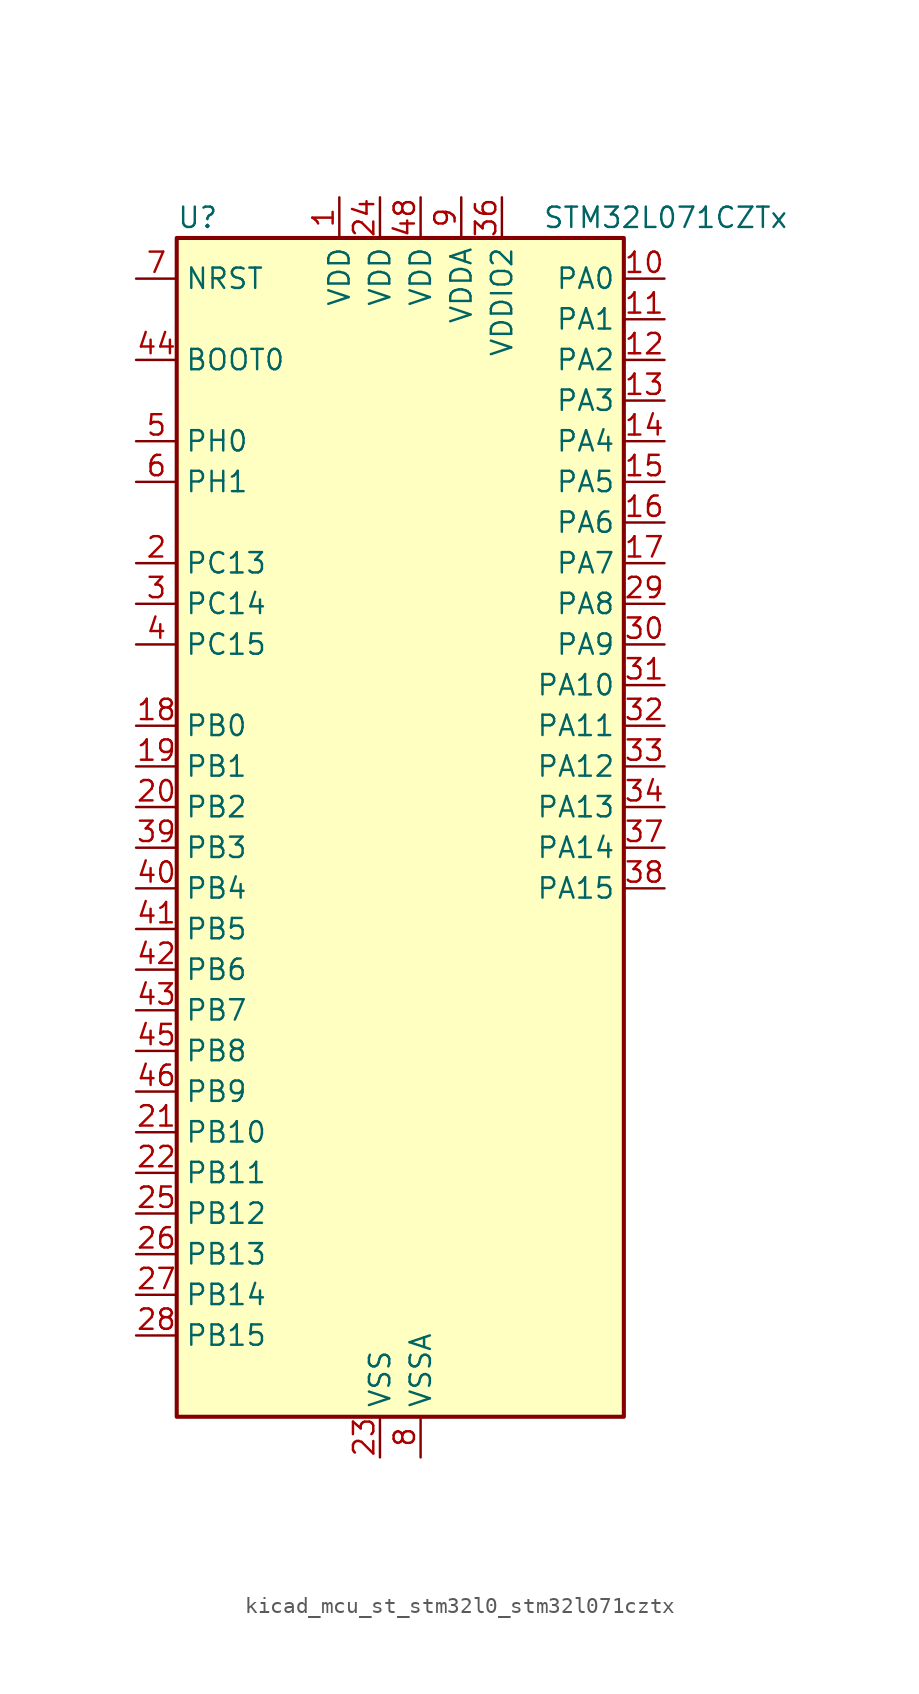
<source format=kicad_sym>
(kicad_symbol_lib
  (version 20220914)
  (generator kicad_symbol_editor)
  (symbol "kicad_mcu_st_stm32l0_stm32l071cztx"
    (property "Reference" "U"
      (at -12.7 39.37 0)
      (effects (font (size 1.27 1.27)) (justify left)))
    (property "Value" "STM32L071CZTx"
      (at 10.16 39.37 0)
      (effects (font (size 1.27 1.27)) (justify left)))
    (property "ki_locked" ""
      (at 0 0 0)
      (effects (font (size 1.27 1.27))))
    (symbol "kicad_mcu_st_stm32l0_stm32l071cztx_0_1"
      (rectangle (start -12.7 -35.56) (end 15.24 38.1) (stroke (width 0.254) (type default)) (fill (type background))))
    (symbol "kicad_mcu_st_stm32l0_stm32l071cztx_1_1"
      (pin power_in line (at -2.54 40.64 270) (length 2.54) (name "VDD" (effects (font (size 1.27 1.27)))) (number "1" (effects (font (size 1.27 1.27)))))
      (pin bidirectional line (at 17.78 35.56 180) (length 2.54) (name "PA0" (effects (font (size 1.27 1.27)))) (number "10" (effects (font (size 1.27 1.27)))) (alternate "ADC_IN0" bidirectional line) (alternate "COMP1_INM" bidirectional line) (alternate "COMP1_OUT" bidirectional line) (alternate "RTC_TAMP2" bidirectional line) (alternate "SYS_WKUP1" bidirectional line) (alternate "TIM2_CH1" bidirectional line) (alternate "TIM2_ETR" bidirectional line) (alternate "USART2_CTS" bidirectional line) (alternate "USART4_TX" bidirectional line))
      (pin bidirectional line (at 17.78 33.02 180) (length 2.54) (name "PA1" (effects (font (size 1.27 1.27)))) (number "11" (effects (font (size 1.27 1.27)))) (alternate "ADC_IN1" bidirectional line) (alternate "COMP1_INP" bidirectional line) (alternate "TIM21_ETR" bidirectional line) (alternate "TIM2_CH2" bidirectional line) (alternate "USART2_DE" bidirectional line) (alternate "USART2_RTS" bidirectional line) (alternate "USART4_RX" bidirectional line))
      (pin bidirectional line (at 17.78 30.48 180) (length 2.54) (name "PA2" (effects (font (size 1.27 1.27)))) (number "12" (effects (font (size 1.27 1.27)))) (alternate "ADC_IN2" bidirectional line) (alternate "COMP2_INM" bidirectional line) (alternate "COMP2_OUT" bidirectional line) (alternate "LPUART1_TX" bidirectional line) (alternate "TIM21_CH1" bidirectional line) (alternate "TIM2_CH3" bidirectional line) (alternate "USART2_TX" bidirectional line))
      (pin bidirectional line (at 17.78 27.94 180) (length 2.54) (name "PA3" (effects (font (size 1.27 1.27)))) (number "13" (effects (font (size 1.27 1.27)))) (alternate "ADC_IN3" bidirectional line) (alternate "COMP2_INP" bidirectional line) (alternate "LPUART1_RX" bidirectional line) (alternate "TIM21_CH2" bidirectional line) (alternate "TIM2_CH4" bidirectional line) (alternate "USART2_RX" bidirectional line))
      (pin bidirectional line (at 17.78 25.4 180) (length 2.54) (name "PA4" (effects (font (size 1.27 1.27)))) (number "14" (effects (font (size 1.27 1.27)))) (alternate "ADC_IN4" bidirectional line) (alternate "COMP1_INM" bidirectional line) (alternate "COMP2_INM" bidirectional line) (alternate "SPI1_NSS" bidirectional line) (alternate "TIM22_ETR" bidirectional line) (alternate "USART2_CK" bidirectional line))
      (pin bidirectional line (at 17.78 22.86 180) (length 2.54) (name "PA5" (effects (font (size 1.27 1.27)))) (number "15" (effects (font (size 1.27 1.27)))) (alternate "ADC_IN5" bidirectional line) (alternate "COMP1_INM" bidirectional line) (alternate "COMP2_INM" bidirectional line) (alternate "SPI1_SCK" bidirectional line) (alternate "TIM2_CH1" bidirectional line) (alternate "TIM2_ETR" bidirectional line))
      (pin bidirectional line (at 17.78 20.32 180) (length 2.54) (name "PA6" (effects (font (size 1.27 1.27)))) (number "16" (effects (font (size 1.27 1.27)))) (alternate "ADC_IN6" bidirectional line) (alternate "COMP1_OUT" bidirectional line) (alternate "LPUART1_CTS" bidirectional line) (alternate "SPI1_MISO" bidirectional line) (alternate "TIM22_CH1" bidirectional line) (alternate "TIM3_CH1" bidirectional line))
      (pin bidirectional line (at 17.78 17.78 180) (length 2.54) (name "PA7" (effects (font (size 1.27 1.27)))) (number "17" (effects (font (size 1.27 1.27)))) (alternate "ADC_IN7" bidirectional line) (alternate "COMP2_OUT" bidirectional line) (alternate "SPI1_MOSI" bidirectional line) (alternate "TIM22_CH2" bidirectional line) (alternate "TIM3_CH2" bidirectional line))
      (pin bidirectional line (at -15.24 7.62 0) (length 2.54) (name "PB0" (effects (font (size 1.27 1.27)))) (number "18" (effects (font (size 1.27 1.27)))) (alternate "ADC_IN8" bidirectional line) (alternate "SYS_VREF_OUT_PB0" bidirectional line) (alternate "TIM3_CH3" bidirectional line))
      (pin bidirectional line (at -15.24 5.08 0) (length 2.54) (name "PB1" (effects (font (size 1.27 1.27)))) (number "19" (effects (font (size 1.27 1.27)))) (alternate "ADC_IN9" bidirectional line) (alternate "LPUART1_DE" bidirectional line) (alternate "LPUART1_RTS" bidirectional line) (alternate "SYS_VREF_OUT_PB1" bidirectional line) (alternate "TIM3_CH4" bidirectional line))
      (pin bidirectional line (at -15.24 17.78 0) (length 2.54) (name "PC13" (effects (font (size 1.27 1.27)))) (number "2" (effects (font (size 1.27 1.27)))) (alternate "RTC_OUT_ALARM" bidirectional line) (alternate "RTC_OUT_CALIB" bidirectional line) (alternate "RTC_TAMP1" bidirectional line) (alternate "RTC_TS" bidirectional line) (alternate "SYS_WKUP2" bidirectional line))
      (pin bidirectional line (at -15.24 2.54 0) (length 2.54) (name "PB2" (effects (font (size 1.27 1.27)))) (number "20" (effects (font (size 1.27 1.27)))) (alternate "I2C3_SMBA" bidirectional line) (alternate "LPTIM1_OUT" bidirectional line))
      (pin bidirectional line (at -15.24 -17.78 0) (length 2.54) (name "PB10" (effects (font (size 1.27 1.27)))) (number "21" (effects (font (size 1.27 1.27)))) (alternate "I2C2_SCL" bidirectional line) (alternate "LPUART1_RX" bidirectional line) (alternate "LPUART1_TX" bidirectional line) (alternate "SPI2_SCK" bidirectional line) (alternate "TIM2_CH3" bidirectional line))
      (pin bidirectional line (at -15.24 -20.32 0) (length 2.54) (name "PB11" (effects (font (size 1.27 1.27)))) (number "22" (effects (font (size 1.27 1.27)))) (alternate "ADC_EXTI11" bidirectional line) (alternate "I2C2_SDA" bidirectional line) (alternate "LPUART1_RX" bidirectional line) (alternate "LPUART1_TX" bidirectional line) (alternate "TIM2_CH4" bidirectional line))
      (pin power_in line (at 0 -38.1 90) (length 2.54) (name "VSS" (effects (font (size 1.27 1.27)))) (number "23" (effects (font (size 1.27 1.27)))))
      (pin power_in line (at 0 40.64 270) (length 2.54) (name "VDD" (effects (font (size 1.27 1.27)))) (number "24" (effects (font (size 1.27 1.27)))))
      (pin bidirectional line (at -15.24 -22.86 0) (length 2.54) (name "PB12" (effects (font (size 1.27 1.27)))) (number "25" (effects (font (size 1.27 1.27)))) (alternate "I2S2_WS" bidirectional line) (alternate "LPUART1_DE" bidirectional line) (alternate "LPUART1_RTS" bidirectional line) (alternate "SPI2_NSS" bidirectional line))
      (pin bidirectional line (at -15.24 -25.4 0) (length 2.54) (name "PB13" (effects (font (size 1.27 1.27)))) (number "26" (effects (font (size 1.27 1.27)))) (alternate "I2C2_SCL" bidirectional line) (alternate "I2S2_CK" bidirectional line) (alternate "LPUART1_CTS" bidirectional line) (alternate "RCC_MCO" bidirectional line) (alternate "SPI2_SCK" bidirectional line) (alternate "TIM21_CH1" bidirectional line))
      (pin bidirectional line (at -15.24 -27.94 0) (length 2.54) (name "PB14" (effects (font (size 1.27 1.27)))) (number "27" (effects (font (size 1.27 1.27)))) (alternate "I2C2_SDA" bidirectional line) (alternate "I2S2_MCK" bidirectional line) (alternate "LPUART1_DE" bidirectional line) (alternate "LPUART1_RTS" bidirectional line) (alternate "RTC_OUT_ALARM" bidirectional line) (alternate "RTC_OUT_CALIB" bidirectional line) (alternate "SPI2_MISO" bidirectional line) (alternate "TIM21_CH2" bidirectional line))
      (pin bidirectional line (at -15.24 -30.48 0) (length 2.54) (name "PB15" (effects (font (size 1.27 1.27)))) (number "28" (effects (font (size 1.27 1.27)))) (alternate "I2S2_SD" bidirectional line) (alternate "RTC_REFIN" bidirectional line) (alternate "SPI2_MOSI" bidirectional line))
      (pin bidirectional line (at 17.78 15.24 180) (length 2.54) (name "PA8" (effects (font (size 1.27 1.27)))) (number "29" (effects (font (size 1.27 1.27)))) (alternate "I2C3_SCL" bidirectional line) (alternate "RCC_MCO" bidirectional line) (alternate "USART1_CK" bidirectional line))
      (pin bidirectional line (at -15.24 15.24 0) (length 2.54) (name "PC14" (effects (font (size 1.27 1.27)))) (number "3" (effects (font (size 1.27 1.27)))) (alternate "RCC_OSC32_IN" bidirectional line))
      (pin bidirectional line (at 17.78 12.7 180) (length 2.54) (name "PA9" (effects (font (size 1.27 1.27)))) (number "30" (effects (font (size 1.27 1.27)))) (alternate "I2C1_SCL" bidirectional line) (alternate "I2C3_SMBA" bidirectional line) (alternate "RCC_MCO" bidirectional line) (alternate "USART1_TX" bidirectional line))
      (pin bidirectional line (at 17.78 10.16 180) (length 2.54) (name "PA10" (effects (font (size 1.27 1.27)))) (number "31" (effects (font (size 1.27 1.27)))) (alternate "I2C1_SDA" bidirectional line) (alternate "USART1_RX" bidirectional line))
      (pin bidirectional line (at 17.78 7.62 180) (length 2.54) (name "PA11" (effects (font (size 1.27 1.27)))) (number "32" (effects (font (size 1.27 1.27)))) (alternate "ADC_EXTI11" bidirectional line) (alternate "COMP1_OUT" bidirectional line) (alternate "SPI1_MISO" bidirectional line) (alternate "USART1_CTS" bidirectional line))
      (pin bidirectional line (at 17.78 5.08 180) (length 2.54) (name "PA12" (effects (font (size 1.27 1.27)))) (number "33" (effects (font (size 1.27 1.27)))) (alternate "COMP2_OUT" bidirectional line) (alternate "SPI1_MOSI" bidirectional line) (alternate "USART1_DE" bidirectional line) (alternate "USART1_RTS" bidirectional line))
      (pin bidirectional line (at 17.78 2.54 180) (length 2.54) (name "PA13" (effects (font (size 1.27 1.27)))) (number "34" (effects (font (size 1.27 1.27)))) (alternate "LPUART1_RX" bidirectional line) (alternate "SYS_SWDIO" bidirectional line))
      (pin passive line (at 0 -38.1 90) (length 2.54) hide (name "VSS" (effects (font (size 1.27 1.27)))) (number "35" (effects (font (size 1.27 1.27)))))
      (pin power_in line (at 7.62 40.64 270) (length 2.54) (name "VDDIO2" (effects (font (size 1.27 1.27)))) (number "36" (effects (font (size 1.27 1.27)))))
      (pin bidirectional line (at 17.78 0 180) (length 2.54) (name "PA14" (effects (font (size 1.27 1.27)))) (number "37" (effects (font (size 1.27 1.27)))) (alternate "LPUART1_TX" bidirectional line) (alternate "SYS_SWCLK" bidirectional line) (alternate "USART2_TX" bidirectional line))
      (pin bidirectional line (at 17.78 -2.54 180) (length 2.54) (name "PA15" (effects (font (size 1.27 1.27)))) (number "38" (effects (font (size 1.27 1.27)))) (alternate "SPI1_NSS" bidirectional line) (alternate "TIM2_CH1" bidirectional line) (alternate "TIM2_ETR" bidirectional line) (alternate "USART2_RX" bidirectional line) (alternate "USART4_DE" bidirectional line) (alternate "USART4_RTS" bidirectional line))
      (pin bidirectional line (at -15.24 0 0) (length 2.54) (name "PB3" (effects (font (size 1.27 1.27)))) (number "39" (effects (font (size 1.27 1.27)))) (alternate "COMP2_INM" bidirectional line) (alternate "SPI1_SCK" bidirectional line) (alternate "TIM2_CH2" bidirectional line) (alternate "USART1_DE" bidirectional line) (alternate "USART1_RTS" bidirectional line) (alternate "USART5_TX" bidirectional line))
      (pin bidirectional line (at -15.24 12.7 0) (length 2.54) (name "PC15" (effects (font (size 1.27 1.27)))) (number "4" (effects (font (size 1.27 1.27)))) (alternate "RCC_OSC32_OUT" bidirectional line))
      (pin bidirectional line (at -15.24 -2.54 0) (length 2.54) (name "PB4" (effects (font (size 1.27 1.27)))) (number "40" (effects (font (size 1.27 1.27)))) (alternate "COMP2_INP" bidirectional line) (alternate "I2C3_SDA" bidirectional line) (alternate "SPI1_MISO" bidirectional line) (alternate "TIM22_CH1" bidirectional line) (alternate "TIM3_CH1" bidirectional line) (alternate "USART1_CTS" bidirectional line) (alternate "USART5_RX" bidirectional line))
      (pin bidirectional line (at -15.24 -5.08 0) (length 2.54) (name "PB5" (effects (font (size 1.27 1.27)))) (number "41" (effects (font (size 1.27 1.27)))) (alternate "COMP2_INP" bidirectional line) (alternate "I2C1_SMBA" bidirectional line) (alternate "LPTIM1_IN1" bidirectional line) (alternate "SPI1_MOSI" bidirectional line) (alternate "TIM22_CH2" bidirectional line) (alternate "TIM3_CH2" bidirectional line) (alternate "USART1_CK" bidirectional line) (alternate "USART5_CK" bidirectional line) (alternate "USART5_DE" bidirectional line) (alternate "USART5_RTS" bidirectional line))
      (pin bidirectional line (at -15.24 -7.62 0) (length 2.54) (name "PB6" (effects (font (size 1.27 1.27)))) (number "42" (effects (font (size 1.27 1.27)))) (alternate "COMP2_INP" bidirectional line) (alternate "I2C1_SCL" bidirectional line) (alternate "LPTIM1_ETR" bidirectional line) (alternate "USART1_TX" bidirectional line))
      (pin bidirectional line (at -15.24 -10.16 0) (length 2.54) (name "PB7" (effects (font (size 1.27 1.27)))) (number "43" (effects (font (size 1.27 1.27)))) (alternate "COMP2_INP" bidirectional line) (alternate "I2C1_SDA" bidirectional line) (alternate "LPTIM1_IN2" bidirectional line) (alternate "SYS_PVD_IN" bidirectional line) (alternate "USART1_RX" bidirectional line) (alternate "USART4_CTS" bidirectional line))
      (pin input line (at -15.24 30.48 0) (length 2.54) (name "BOOT0" (effects (font (size 1.27 1.27)))) (number "44" (effects (font (size 1.27 1.27)))))
      (pin bidirectional line (at -15.24 -12.7 0) (length 2.54) (name "PB8" (effects (font (size 1.27 1.27)))) (number "45" (effects (font (size 1.27 1.27)))) (alternate "I2C1_SCL" bidirectional line))
      (pin bidirectional line (at -15.24 -15.24 0) (length 2.54) (name "PB9" (effects (font (size 1.27 1.27)))) (number "46" (effects (font (size 1.27 1.27)))) (alternate "I2C1_SDA" bidirectional line) (alternate "I2S2_WS" bidirectional line) (alternate "SPI2_NSS" bidirectional line))
      (pin passive line (at 0 -38.1 90) (length 2.54) hide (name "VSS" (effects (font (size 1.27 1.27)))) (number "47" (effects (font (size 1.27 1.27)))))
      (pin power_in line (at 2.54 40.64 270) (length 2.54) (name "VDD" (effects (font (size 1.27 1.27)))) (number "48" (effects (font (size 1.27 1.27)))))
      (pin bidirectional line (at -15.24 25.4 0) (length 2.54) (name "PH0" (effects (font (size 1.27 1.27)))) (number "5" (effects (font (size 1.27 1.27)))) (alternate "RCC_OSC_IN" bidirectional line))
      (pin bidirectional line (at -15.24 22.86 0) (length 2.54) (name "PH1" (effects (font (size 1.27 1.27)))) (number "6" (effects (font (size 1.27 1.27)))) (alternate "RCC_OSC_OUT" bidirectional line))
      (pin input line (at -15.24 35.56 0) (length 2.54) (name "NRST" (effects (font (size 1.27 1.27)))) (number "7" (effects (font (size 1.27 1.27)))))
      (pin power_in line (at 2.54 -38.1 90) (length 2.54) (name "VSSA" (effects (font (size 1.27 1.27)))) (number "8" (effects (font (size 1.27 1.27)))))
      (pin power_in line (at 5.08 40.64 270) (length 2.54) (name "VDDA" (effects (font (size 1.27 1.27)))) (number "9" (effects (font (size 1.27 1.27))))))))
</source>
